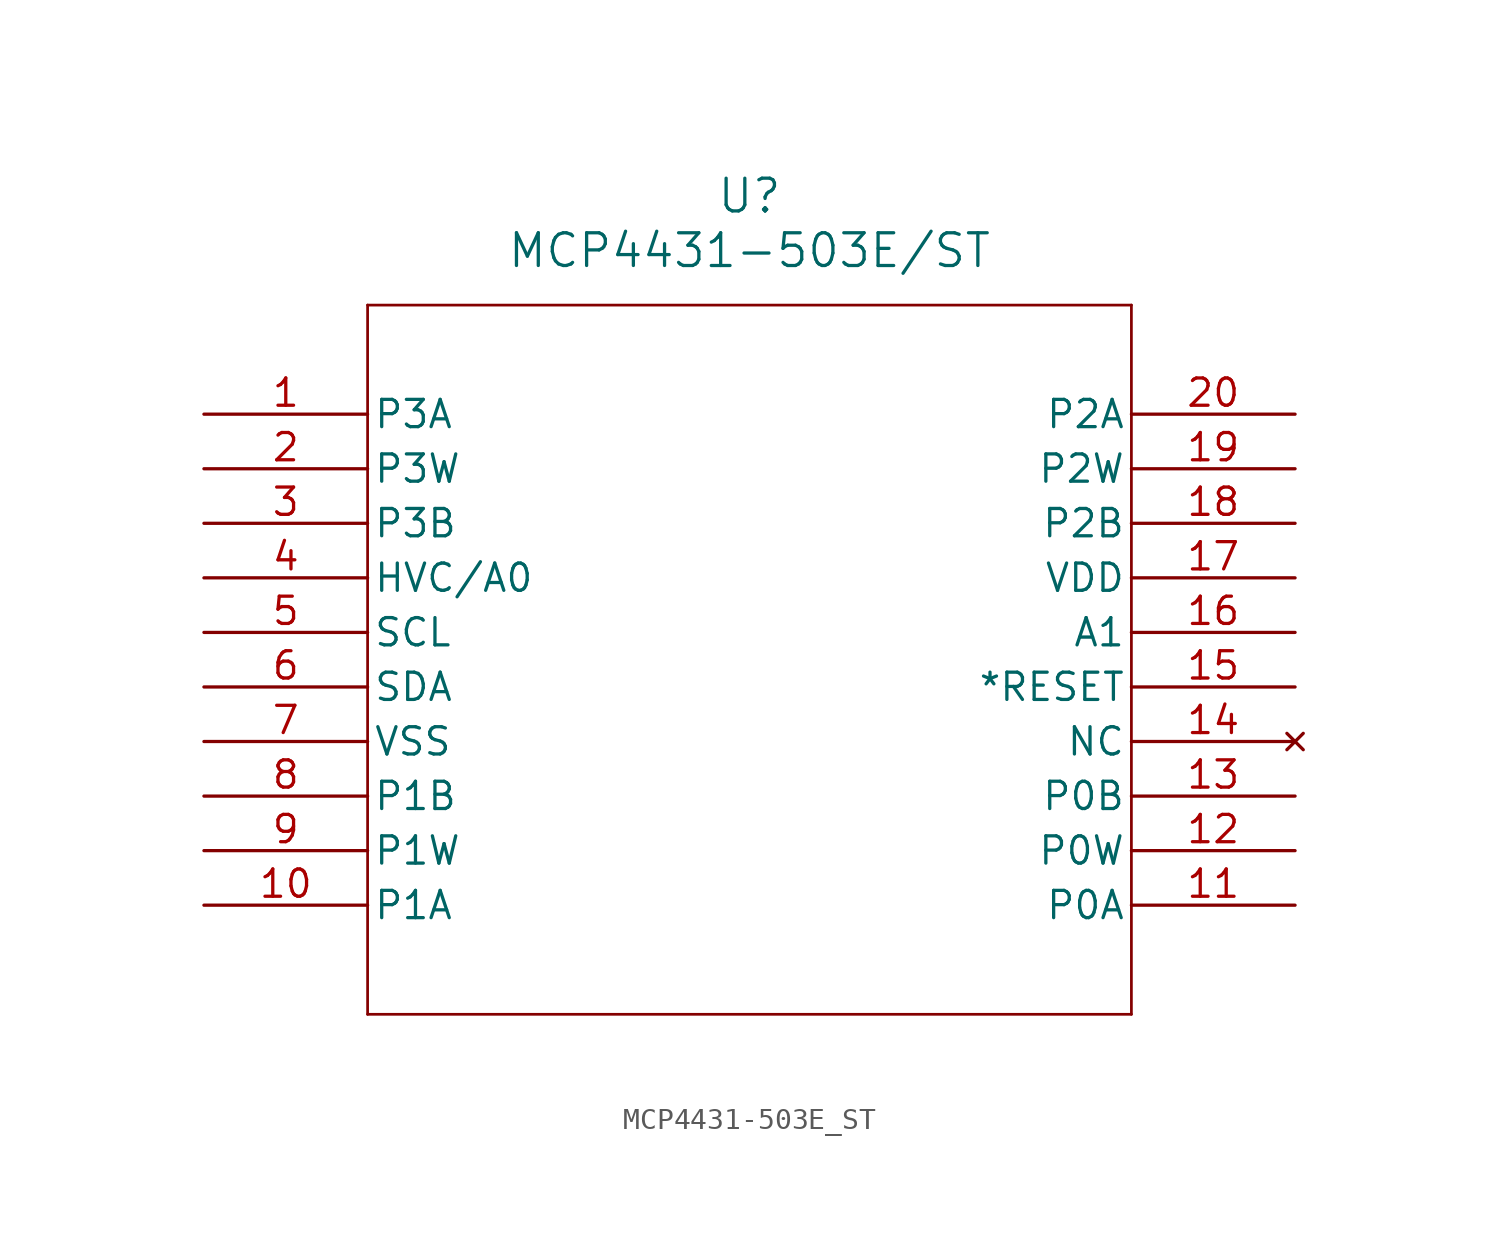
<source format=kicad_sym>
(kicad_symbol_lib
  (version 20211014)
  (generator kicad_symbol_editor)
  (symbol "MCP4431-503E_ST"
    (pin_names
      (offset 0.254))
    (property "Reference" "U"
      (at 25.4 10.16 0)
      (effects (font (size 1.524 1.524))))
    (property "Value" "MCP4431-503E/ST"
      (at 25.4 7.62 0)
      (effects (font (size 1.524 1.524))))
    (symbol "MCP4431-503E_ST_0_1"
      (polyline (pts (xy 7.62 5.08) (xy 7.62 -27.94)) (stroke (width 0.127) (type default) (color 0 0 0 0)) (fill (type none)))
      (polyline (pts (xy 7.62 -27.94) (xy 43.18 -27.94)) (stroke (width 0.127) (type default) (color 0 0 0 0)) (fill (type none)))
      (polyline (pts (xy 43.18 -27.94) (xy 43.18 5.08)) (stroke (width 0.127) (type default) (color 0 0 0 0)) (fill (type none)))
      (polyline (pts (xy 43.18 5.08) (xy 7.62 5.08)) (stroke (width 0.127) (type default) (color 0 0 0 0)) (fill (type none)))
      (pin unspecified line (at 0 0 0) (length 7.62) (name "P3A" (effects (font (size 1.27 1.27)))) (number "1" (effects (font (size 1.27 1.27)))))
      (pin unspecified line (at 0 -2.54 0) (length 7.62) (name "P3W" (effects (font (size 1.27 1.27)))) (number "2" (effects (font (size 1.27 1.27)))))
      (pin unspecified line (at 0 -5.08 0) (length 7.62) (name "P3B" (effects (font (size 1.27 1.27)))) (number "3" (effects (font (size 1.27 1.27)))))
      (pin input line (at 0 -7.62 0) (length 7.62) (name "HVC/A0" (effects (font (size 1.27 1.27)))) (number "4" (effects (font (size 1.27 1.27)))))
      (pin input line (at 0 -10.16 0) (length 7.62) (name "SCL" (effects (font (size 1.27 1.27)))) (number "5" (effects (font (size 1.27 1.27)))))
      (pin input line (at 0 -12.7 0) (length 7.62) (name "SDA" (effects (font (size 1.27 1.27)))) (number "6" (effects (font (size 1.27 1.27)))))
      (pin power_in line (at 0 -15.24 0) (length 7.62) (name "VSS" (effects (font (size 1.27 1.27)))) (number "7" (effects (font (size 1.27 1.27)))))
      (pin unspecified line (at 0 -17.78 0) (length 7.62) (name "P1B" (effects (font (size 1.27 1.27)))) (number "8" (effects (font (size 1.27 1.27)))))
      (pin unspecified line (at 0 -20.32 0) (length 7.62) (name "P1W" (effects (font (size 1.27 1.27)))) (number "9" (effects (font (size 1.27 1.27)))))
      (pin unspecified line (at 0 -22.86 0) (length 7.62) (name "P1A" (effects (font (size 1.27 1.27)))) (number "10" (effects (font (size 1.27 1.27)))))
      (pin unspecified line (at 50.8 -22.86 180) (length 7.62) (name "P0A" (effects (font (size 1.27 1.27)))) (number "11" (effects (font (size 1.27 1.27)))))
      (pin unspecified line (at 50.8 -20.32 180) (length 7.62) (name "P0W" (effects (font (size 1.27 1.27)))) (number "12" (effects (font (size 1.27 1.27)))))
      (pin unspecified line (at 50.8 -17.78 180) (length 7.62) (name "P0B" (effects (font (size 1.27 1.27)))) (number "13" (effects (font (size 1.27 1.27)))))
      (pin no_connect line (at 50.8 -15.24 180) (length 7.62) (name "NC" (effects (font (size 1.27 1.27)))) (number "14" (effects (font (size 1.27 1.27)))))
      (pin input line (at 50.8 -12.7 180) (length 7.62) (name "*RESET" (effects (font (size 1.27 1.27)))) (number "15" (effects (font (size 1.27 1.27)))))
      (pin input line (at 50.8 -10.16 180) (length 7.62) (name "A1" (effects (font (size 1.27 1.27)))) (number "16" (effects (font (size 1.27 1.27)))))
      (pin power_in line (at 50.8 -7.62 180) (length 7.62) (name "VDD" (effects (font (size 1.27 1.27)))) (number "17" (effects (font (size 1.27 1.27)))))
      (pin unspecified line (at 50.8 -5.08 180) (length 7.62) (name "P2B" (effects (font (size 1.27 1.27)))) (number "18" (effects (font (size 1.27 1.27)))))
      (pin unspecified line (at 50.8 -2.54 180) (length 7.62) (name "P2W" (effects (font (size 1.27 1.27)))) (number "19" (effects (font (size 1.27 1.27)))))
      (pin unspecified line (at 50.8 0 180) (length 7.62) (name "P2A" (effects (font (size 1.27 1.27)))) (number "20" (effects (font (size 1.27 1.27))))))))
</source>
